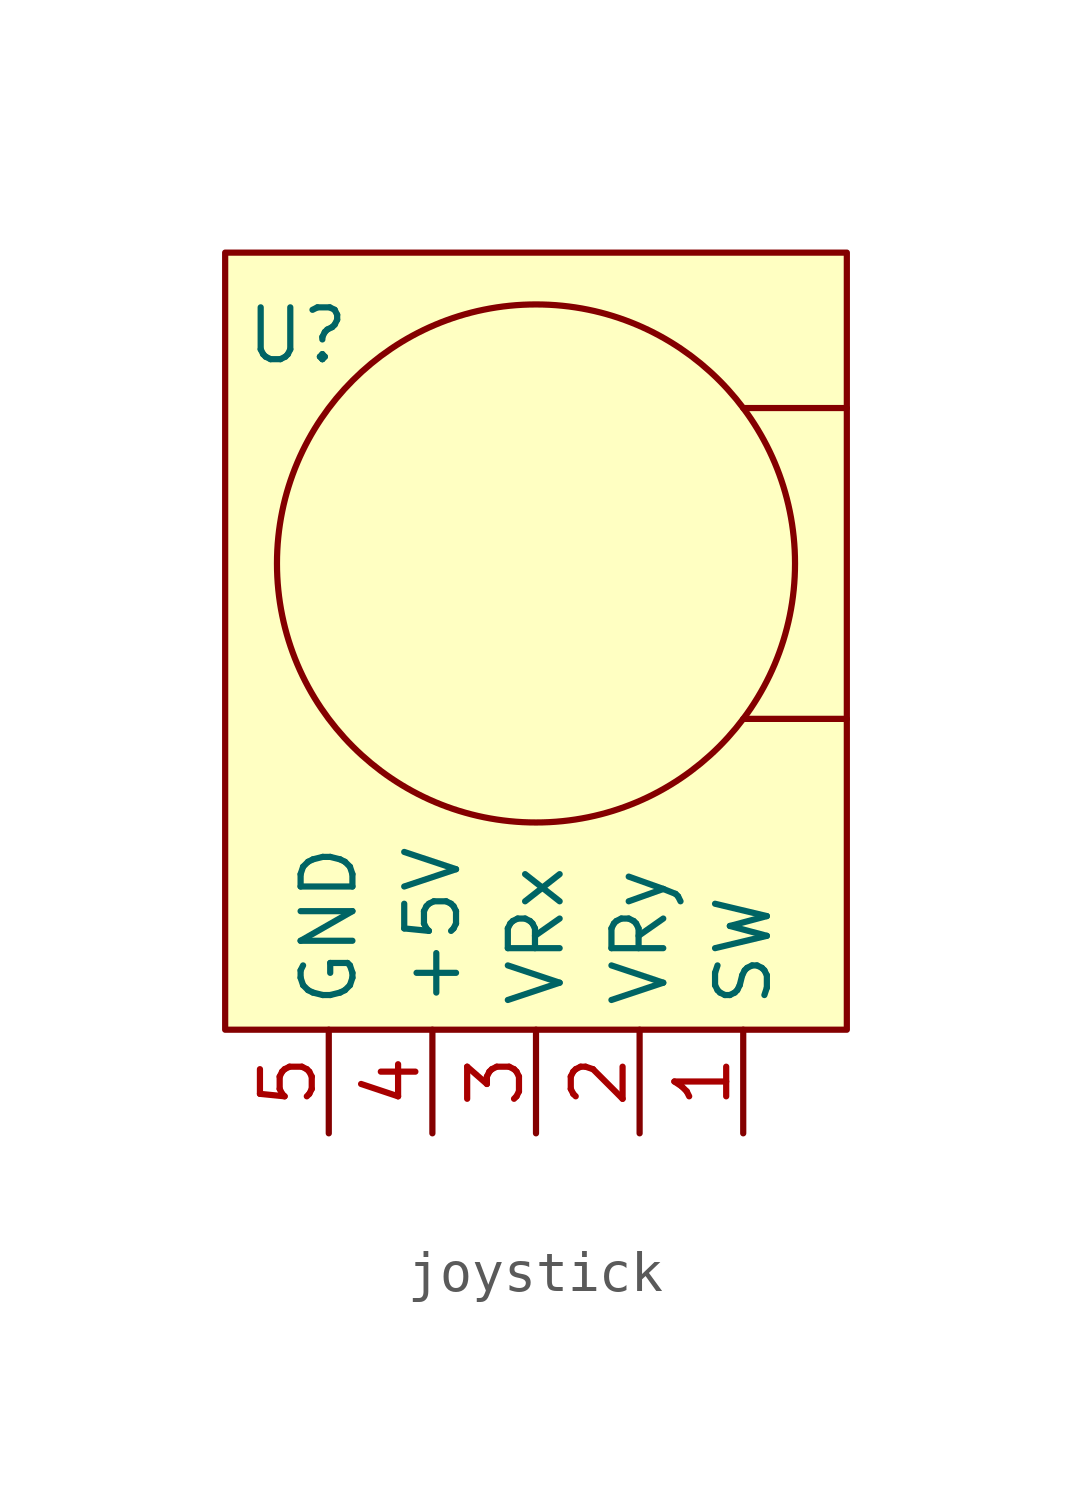
<source format=kicad_sym>
(kicad_symbol_lib
  (version 20241209)
  (generator "kicad_symbol_editor")
  (generator_version "9.0")
  (symbol "joystick"
    (property "Reference" "U"
      (at -5.842 8.128 0)
      (effects (font (size 1.27 1.27))))
    (property "Value" ""
      (at 0 0 0)
      (effects (font (size 1.27 1.27))))
    (symbol "joystick_1_1"
      (rectangle (start -7.62 10.16) (end 7.62 -8.89) (stroke (width 0) (type solid)) (fill (type background)))
      (circle (center 0 2.54) (radius 6.35) (stroke (width 0) (type solid)) (fill (type none)))
      (polyline (pts (xy 5.08 6.35) (xy 7.62 6.35)) (stroke (width 0) (type default)) (fill (type none)))
      (polyline (pts (xy 7.62 -1.27) (xy 5.08 -1.27)) (stroke (width 0) (type default)) (fill (type none)))
      (pin power_out line (at -5.08 -11.43 90) (length 2.54) (name "GND" (effects (font (size 1.27 1.27)))) (number "5" (effects (font (size 1.27 1.27)))))
      (pin power_in line (at -2.54 -11.43 90) (length 2.54) (name "+5V" (effects (font (size 1.27 1.27)))) (number "4" (effects (font (size 1.27 1.27)))))
      (pin output line (at 0 -11.43 90) (length 2.54) (name "VRx" (effects (font (size 1.27 1.27)))) (number "3" (effects (font (size 1.27 1.27)))))
      (pin output line (at 2.54 -11.43 90) (length 2.54) (name "VRy" (effects (font (size 1.27 1.27)))) (number "2" (effects (font (size 1.27 1.27)))))
      (pin output line (at 5.08 -11.43 90) (length 2.54) (name "SW" (effects (font (size 1.27 1.27)))) (number "1" (effects (font (size 1.27 1.27))))))))
</source>
